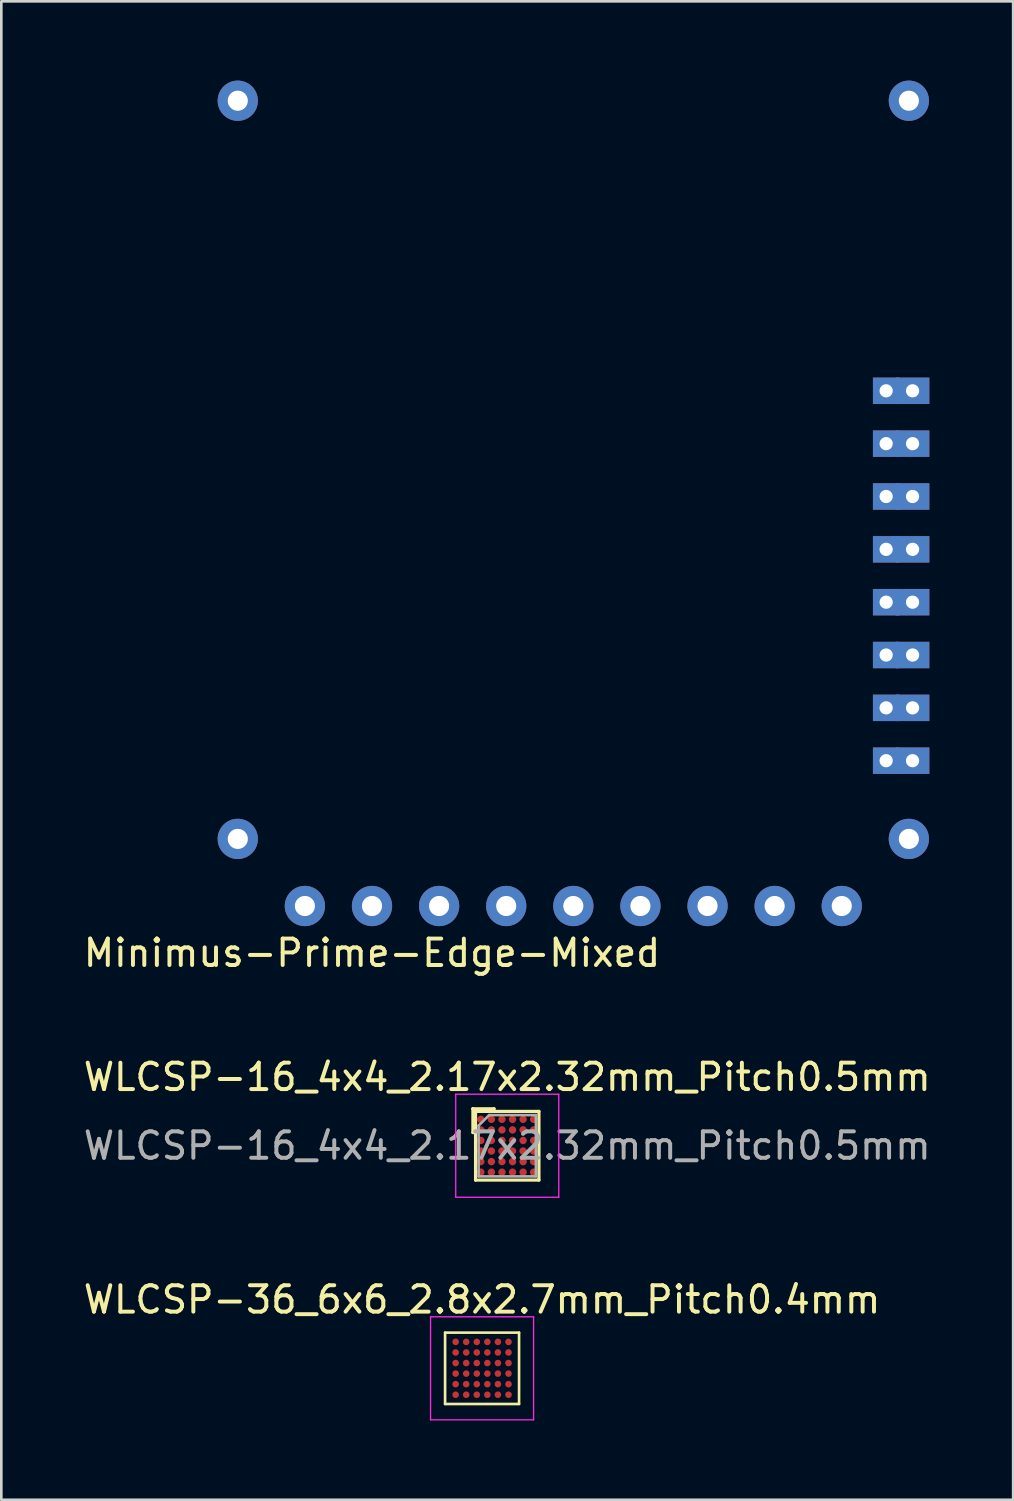
<source format=kicad_pcb>
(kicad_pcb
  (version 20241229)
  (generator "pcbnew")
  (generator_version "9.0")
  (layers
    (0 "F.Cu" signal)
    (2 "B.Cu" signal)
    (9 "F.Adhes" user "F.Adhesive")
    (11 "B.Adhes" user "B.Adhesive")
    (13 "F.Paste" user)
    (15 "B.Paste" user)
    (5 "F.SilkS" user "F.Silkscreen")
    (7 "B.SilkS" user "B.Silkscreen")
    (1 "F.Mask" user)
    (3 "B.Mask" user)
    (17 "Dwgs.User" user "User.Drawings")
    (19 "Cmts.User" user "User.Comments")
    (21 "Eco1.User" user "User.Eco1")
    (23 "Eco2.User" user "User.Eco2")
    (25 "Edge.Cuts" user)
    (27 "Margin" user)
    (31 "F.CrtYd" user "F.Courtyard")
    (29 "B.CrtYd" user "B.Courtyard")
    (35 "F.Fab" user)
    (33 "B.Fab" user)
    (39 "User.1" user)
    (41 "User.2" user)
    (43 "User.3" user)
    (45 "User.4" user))
  (footprint "Minimus-Prime-Edge-Mixed"
    (layer "F.Cu")
    (at 8.49 31.242)
    (property "Reference" "Minimus-Prime-Edge-Mixed" (at 2.54 1.778 0) (layer "F.SilkS") (effects (font (size 1 1) (thickness 0.15))))
    (attr through_hole)
    (pad "1" thru_hole circle (at -2.54 -2.54) (size 1.524 1.524) (drill 0.762) (layers "*.Cu" "*.Mask"))
    (pad "2" thru_hole circle (at 0 0) (size 1.524 1.524) (drill 0.762) (layers "*.Cu" "*.Mask"))
    (pad "3" thru_hole circle (at 2.54 0) (size 1.524 1.524) (drill 0.762) (layers "*.Cu" "*.Mask"))
    (pad "4" thru_hole circle (at 5.08 0) (size 1.524 1.524) (drill 0.762) (layers "*.Cu" "*.Mask"))
    (pad "5" thru_hole circle (at 7.62 0) (size 1.524 1.524) (drill 0.762) (layers "*.Cu" "*.Mask"))
    (pad "6" thru_hole circle (at 10.16 0) (size 1.524 1.524) (drill 0.762) (layers "*.Cu" "*.Mask"))
    (pad "7" thru_hole circle (at 12.7 0) (size 1.524 1.524) (drill 0.762) (layers "*.Cu" "*.Mask"))
    (pad "8" thru_hole circle (at 15.24 0) (size 1.524 1.524) (drill 0.762) (layers "*.Cu" "*.Mask"))
    (pad "9" thru_hole circle (at 17.78 0) (size 1.524 1.524) (drill 0.762) (layers "*.Cu" "*.Mask"))
    (pad "10" thru_hole circle (at 20.32 0) (size 1.524 1.524) (drill 0.762) (layers "*.Cu" "*.Mask"))
    (pad "11" thru_hole circle (at 22.86 -2.54) (size 1.524 1.524) (drill 0.762) (layers "*.Cu" "*.Mask"))
    (pad "12" thru_hole rect (at 22 -5.5) (size 1 1) (drill 0.5) (layers "*.Cu" "*.Mask"))
    (pad "12" thru_hole rect (at 23 -5.5) (size 1.27 1) (drill 0.5) (layers "*.Cu" "*.Mask"))
    (pad "13" thru_hole rect (at 22 -7.5) (size 1 1) (drill 0.5) (layers "*.Cu" "*.Mask"))
    (pad "13" thru_hole rect (at 23 -7.5) (size 1.27 1) (drill 0.5) (layers "*.Cu" "*.Mask"))
    (pad "14" thru_hole rect (at 22 -9.5) (size 1 1) (drill 0.5) (layers "*.Cu" "*.Mask"))
    (pad "14" thru_hole rect (at 23 -9.5) (size 1.27 1) (drill 0.5) (layers "*.Cu" "*.Mask"))
    (pad "15" thru_hole rect (at 22 -11.5) (size 1 1) (drill 0.5) (layers "*.Cu" "*.Mask"))
    (pad "15" thru_hole rect (at 23 -11.5) (size 1.27 1) (drill 0.5) (layers "*.Cu" "*.Mask"))
    (pad "16" thru_hole rect (at 22 -13.5) (size 1 1) (drill 0.5) (layers "*.Cu" "*.Mask"))
    (pad "16" thru_hole circle (at 22.86 -30.48) (size 1.524 1.524) (drill 0.762) (layers "*.Cu" "*.Mask"))
    (pad "16" thru_hole rect (at 23 -13.5) (size 1.27 1) (drill 0.5) (layers "*.Cu" "*.Mask"))
    (pad "17" thru_hole circle (at -2.54 -30.48) (size 1.524 1.524) (drill 0.762) (layers "*.Cu" "*.Mask"))
    (pad "17" thru_hole rect (at 22 -15.5) (size 1 1) (drill 0.5) (layers "*.Cu" "*.Mask"))
    (pad "17" thru_hole rect (at 23 -15.5) (size 1.27 1) (drill 0.5) (layers "*.Cu" "*.Mask"))
    (pad "18" thru_hole rect (at 22 -17.5) (size 1 1) (drill 0.5) (layers "*.Cu" "*.Mask"))
    (pad "18" thru_hole rect (at 23 -17.5) (size 1.27 1) (drill 0.5) (layers "*.Cu" "*.Mask"))
    (pad "19" thru_hole rect (at 22 -19.5) (size 1 1) (drill 0.5) (layers "*.Cu" "*.Mask"))
    (pad "19" thru_hole rect (at 23 -19.5) (size 1.27 1) (drill 0.5) (layers "*.Cu" "*.Mask")))
  (footprint "WLCSP-36_6x6_2.8x2.7mm_Pitch0.4mm"
    (layer "F.Cu")
    (at 15.196 48.74)
    (property "Reference" "WLCSP-36_6x6_2.8x2.7mm_Pitch0.4mm" (at 0 -2.6 0) (layer "F.SilkS") (effects (font (size 1 1) (thickness 0.15))))
    (attr smd)
    (fp_line (start -1.4 -1.35) (end 1.4 -1.35) (stroke (width 0.1) (type solid)) (layer "F.SilkS"))
    (fp_line (start -1.4 1.35) (end -1.4 -1.35) (stroke (width 0.1) (type solid)) (layer "F.SilkS"))
    (fp_line (start 1.4 -1.35) (end 1.4 1.35) (stroke (width 0.1) (type solid)) (layer "F.SilkS"))
    (fp_line (start 1.4 1.35) (end -1.4 1.35) (stroke (width 0.1) (type solid)) (layer "F.SilkS"))
    (fp_line (start -1.95 -1.95) (end -1.95 1.95) (stroke (width 0.05) (type solid)) (layer "F.CrtYd"))
    (fp_line (start -1.95 -1.95) (end 1.95 -1.95) (stroke (width 0.05) (type solid)) (layer "F.CrtYd"))
    (fp_line (start 1.95 1.95) (end -1.95 1.95) (stroke (width 0.05) (type solid)) (layer "F.CrtYd"))
    (fp_line (start 1.95 1.95) (end 1.95 -1.95) (stroke (width 0.05) (type solid)) (layer "F.CrtYd"))
    (pad "A1" smd circle (at -1 -1) (size 0.25 0.25) (layers "F.Cu" "F.Mask" "F.Paste"))
    (pad "A2" smd circle (at -0.6 -1) (size 0.25 0.25) (layers "F.Cu" "F.Mask" "F.Paste"))
    (pad "A3" smd circle (at -0.2 -1) (size 0.25 0.25) (layers "F.Cu" "F.Mask" "F.Paste"))
    (pad "A4" smd circle (at 0.2 -1) (size 0.25 0.25) (layers "F.Cu" "F.Mask" "F.Paste"))
    (pad "A5" smd circle (at 0.6 -1) (size 0.25 0.25) (layers "F.Cu" "F.Mask" "F.Paste"))
    (pad "A6" smd circle (at 1 -1) (size 0.25 0.25) (layers "F.Cu" "F.Mask" "F.Paste"))
    (pad "B1" smd circle (at -1 -0.6) (size 0.25 0.25) (layers "F.Cu" "F.Mask" "F.Paste"))
    (pad "B2" smd circle (at -0.6 -0.6) (size 0.25 0.25) (layers "F.Cu" "F.Mask" "F.Paste"))
    (pad "B3" smd circle (at -0.2 -0.6) (size 0.25 0.25) (layers "F.Cu" "F.Mask" "F.Paste"))
    (pad "B4" smd circle (at 0.2 -0.6) (size 0.25 0.25) (layers "F.Cu" "F.Mask" "F.Paste"))
    (pad "B5" smd circle (at 0.6 -0.6) (size 0.25 0.25) (layers "F.Cu" "F.Mask" "F.Paste"))
    (pad "B6" smd circle (at 1 -0.6) (size 0.25 0.25) (layers "F.Cu" "F.Mask" "F.Paste"))
    (pad "C1" smd circle (at -1 -0.2) (size 0.25 0.25) (layers "F.Cu" "F.Mask" "F.Paste"))
    (pad "C2" smd circle (at -0.6 -0.2) (size 0.25 0.25) (layers "F.Cu" "F.Mask" "F.Paste"))
    (pad "C3" smd circle (at -0.2 -0.2) (size 0.25 0.25) (layers "F.Cu" "F.Mask" "F.Paste"))
    (pad "C4" smd circle (at 0.2 -0.2) (size 0.25 0.25) (layers "F.Cu" "F.Mask" "F.Paste"))
    (pad "C5" smd circle (at 0.6 -0.2) (size 0.25 0.25) (layers "F.Cu" "F.Mask" "F.Paste"))
    (pad "C6" smd circle (at 1 -0.2) (size 0.25 0.25) (layers "F.Cu" "F.Mask" "F.Paste"))
    (pad "D1" smd circle (at -1 0.2) (size 0.25 0.25) (layers "F.Cu" "F.Mask" "F.Paste"))
    (pad "D2" smd circle (at -0.6 0.2) (size 0.25 0.25) (layers "F.Cu" "F.Mask" "F.Paste"))
    (pad "D3" smd circle (at -0.2 0.2) (size 0.25 0.25) (layers "F.Cu" "F.Mask" "F.Paste"))
    (pad "D4" smd circle (at 0.2 0.2) (size 0.25 0.25) (layers "F.Cu" "F.Mask" "F.Paste"))
    (pad "D5" smd circle (at 0.6 0.2) (size 0.25 0.25) (layers "F.Cu" "F.Mask" "F.Paste"))
    (pad "D6" smd circle (at 1 0.2) (size 0.25 0.25) (layers "F.Cu" "F.Mask" "F.Paste"))
    (pad "E1" smd circle (at -1 0.6) (size 0.25 0.25) (layers "F.Cu" "F.Mask" "F.Paste"))
    (pad "E2" smd circle (at -0.6 0.6) (size 0.25 0.25) (layers "F.Cu" "F.Mask" "F.Paste"))
    (pad "E3" smd circle (at -0.2 0.6) (size 0.25 0.25) (layers "F.Cu" "F.Mask" "F.Paste"))
    (pad "E4" smd circle (at 0.2 0.6) (size 0.25 0.25) (layers "F.Cu" "F.Mask" "F.Paste"))
    (pad "E5" smd circle (at 0.6 0.6) (size 0.25 0.25) (layers "F.Cu" "F.Mask" "F.Paste"))
    (pad "E6" smd circle (at 1 0.6) (size 0.25 0.25) (layers "F.Cu" "F.Mask" "F.Paste"))
    (pad "F1" smd circle (at -1 1) (size 0.25 0.25) (layers "F.Cu" "F.Mask" "F.Paste"))
    (pad "F2" smd circle (at -0.6 1) (size 0.25 0.25) (layers "F.Cu" "F.Mask" "F.Paste"))
    (pad "F3" smd circle (at -0.2 1) (size 0.25 0.25) (layers "F.Cu" "F.Mask" "F.Paste"))
    (pad "F4" smd circle (at 0.2 1) (size 0.25 0.25) (layers "F.Cu" "F.Mask" "F.Paste"))
    (pad "F5" smd circle (at 0.6 1) (size 0.25 0.25) (layers "F.Cu" "F.Mask" "F.Paste"))
    (pad "F6" smd circle (at 1 1) (size 0.25 0.25) (layers "F.Cu" "F.Mask" "F.Paste")))
  (footprint "WLCSP-16_4x4_2.17x2.32mm_Pitch0.5mm"
    (layer "F.Cu")
    (at 16.149 40.316)
    (property "Reference" "WLCSP-16_4x4_2.17x2.32mm_Pitch0.5mm" (at 0 -2.6 0) (layer "F.SilkS") (effects (font (size 1 1) (thickness 0.15))))
    (attr smd)
    (fp_line (start -1.3 -1.4) (end -1.3 -0.5) (stroke (width 0.12) (type solid)) (layer "F.SilkS"))
    (fp_line (start -1.3 -0.5) (end -1.2 -0.5) (stroke (width 0.12) (type solid)) (layer "F.SilkS"))
    (fp_line (start -1.2 -1.3) (end -1.3 -1.4) (stroke (width 0.12) (type solid)) (layer "F.SilkS"))
    (fp_line (start -1.2 -1.3) (end 1.2 -1.3) (stroke (width 0.12) (type solid)) (layer "F.SilkS"))
    (fp_line (start -1.2 1.3) (end -1.2 -1.3) (stroke (width 0.12) (type solid)) (layer "F.SilkS"))
    (fp_line (start -0.5 -1.4) (end -1.3 -1.4) (stroke (width 0.12) (type solid)) (layer "F.SilkS"))
    (fp_line (start -0.5 -1.3) (end -0.5 -1.4) (stroke (width 0.12) (type solid)) (layer "F.SilkS"))
    (fp_line (start 1.2 -1.3) (end 1.2 1.3) (stroke (width 0.12) (type solid)) (layer "F.SilkS"))
    (fp_line (start 1.2 1.3) (end -1.2 1.3) (stroke (width 0.12) (type solid)) (layer "F.SilkS"))
    (fp_line (start -1.95 -1.95) (end -1.95 1.95) (stroke (width 0.05) (type solid)) (layer "F.CrtYd"))
    (fp_line (start -1.95 -1.95) (end 1.95 -1.95) (stroke (width 0.05) (type solid)) (layer "F.CrtYd"))
    (fp_line (start 1.95 1.95) (end -1.95 1.95) (stroke (width 0.05) (type solid)) (layer "F.CrtYd"))
    (fp_line (start 1.95 1.95) (end 1.95 -1.95) (stroke (width 0.05) (type solid)) (layer "F.CrtYd"))
    (fp_line (start -1.085 -0.76) (end -0.685 -1.16) (stroke (width 0.1) (type solid)) (layer "F.Fab"))
    (fp_line (start -1.085 1.16) (end -1.085 -0.76) (stroke (width 0.1) (type solid)) (layer "F.Fab"))
    (fp_line (start -0.685 -1.16) (end 1.085 -1.16) (stroke (width 0.1) (type solid)) (layer "F.Fab"))
    (fp_line (start 1.085 -1.16) (end 1.085 1.16) (stroke (width 0.1) (type solid)) (layer "F.Fab"))
    (fp_line (start 1.085 1.16) (end -1.085 1.16) (stroke (width 0.1) (type solid)) (layer "F.Fab"))
    (fp_text user "${REFERENCE}" (at 0 0 0) (layer "F.Fab") (effects (font (size 1 1) (thickness 0.15))))
    (pad "A1" smd circle (at -1 -1) (size 0.28 0.28) (layers "F.Cu" "F.Mask" "F.Paste"))
    (pad "A2" smd circle (at -0.6 -1) (size 0.28 0.28) (layers "F.Cu" "F.Mask" "F.Paste"))
    (pad "A3" smd circle (at -0.2 -1) (size 0.28 0.28) (layers "F.Cu" "F.Mask" "F.Paste"))
    (pad "A4" smd circle (at 0.2 -1) (size 0.28 0.28) (layers "F.Cu" "F.Mask" "F.Paste"))
    (pad "A5" smd circle (at 0.6 -1) (size 0.28 0.28) (layers "F.Cu" "F.Mask" "F.Paste"))
    (pad "A6" smd circle (at 1 -1) (size 0.28 0.28) (layers "F.Cu" "F.Mask" "F.Paste"))
    (pad "B1" smd circle (at -1 -0.6) (size 0.28 0.28) (layers "F.Cu" "F.Mask" "F.Paste"))
    (pad "B2" smd circle (at -0.6 -0.6) (size 0.28 0.28) (layers "F.Cu" "F.Mask" "F.Paste"))
    (pad "B3" smd circle (at -0.2 -0.6) (size 0.28 0.28) (layers "F.Cu" "F.Mask" "F.Paste"))
    (pad "B4" smd circle (at 0.2 -0.6) (size 0.28 0.28) (layers "F.Cu" "F.Mask" "F.Paste"))
    (pad "B5" smd circle (at 0.6 -0.6) (size 0.28 0.28) (layers "F.Cu" "F.Mask" "F.Paste"))
    (pad "B6" smd circle (at 1 -0.6) (size 0.28 0.28) (layers "F.Cu" "F.Mask" "F.Paste"))
    (pad "C1" smd circle (at -1 -0.2) (size 0.28 0.28) (layers "F.Cu" "F.Mask" "F.Paste"))
    (pad "C2" smd circle (at -0.6 -0.2) (size 0.28 0.28) (layers "F.Cu" "F.Mask" "F.Paste"))
    (pad "C3" smd circle (at -0.2 -0.2) (size 0.28 0.28) (layers "F.Cu" "F.Mask" "F.Paste"))
    (pad "C4" smd circle (at 0.2 -0.2) (size 0.28 0.28) (layers "F.Cu" "F.Mask" "F.Paste"))
    (pad "C5" smd circle (at 0.6 -0.2) (size 0.28 0.28) (layers "F.Cu" "F.Mask" "F.Paste"))
    (pad "C6" smd circle (at 1 -0.2) (size 0.28 0.28) (layers "F.Cu" "F.Mask" "F.Paste"))
    (pad "D1" smd circle (at -1 0.2) (size 0.28 0.28) (layers "F.Cu" "F.Mask" "F.Paste"))
    (pad "D2" smd circle (at -0.6 0.2) (size 0.28 0.28) (layers "F.Cu" "F.Mask" "F.Paste"))
    (pad "D3" smd circle (at -0.2 0.2) (size 0.28 0.28) (layers "F.Cu" "F.Mask" "F.Paste"))
    (pad "D4" smd circle (at 0.2 0.2) (size 0.28 0.28) (layers "F.Cu" "F.Mask" "F.Paste"))
    (pad "D5" smd circle (at 0.6 0.2) (size 0.28 0.28) (layers "F.Cu" "F.Mask" "F.Paste"))
    (pad "D6" smd circle (at 1 0.2) (size 0.28 0.28) (layers "F.Cu" "F.Mask" "F.Paste"))
    (pad "E1" smd circle (at -1 0.6) (size 0.28 0.28) (layers "F.Cu" "F.Mask" "F.Paste"))
    (pad "E2" smd circle (at -0.6 0.6) (size 0.28 0.28) (layers "F.Cu" "F.Mask" "F.Paste"))
    (pad "E3" smd circle (at -0.2 0.6) (size 0.28 0.28) (layers "F.Cu" "F.Mask" "F.Paste"))
    (pad "E4" smd circle (at 0.2 0.6) (size 0.28 0.28) (layers "F.Cu" "F.Mask" "F.Paste"))
    (pad "E5" smd circle (at 0.6 0.6) (size 0.28 0.28) (layers "F.Cu" "F.Mask" "F.Paste"))
    (pad "E6" smd circle (at 1 0.6) (size 0.28 0.28) (layers "F.Cu" "F.Mask" "F.Paste"))
    (pad "F1" smd circle (at -1 1) (size 0.28 0.28) (layers "F.Cu" "F.Mask" "F.Paste"))
    (pad "F2" smd circle (at -0.6 1) (size 0.28 0.28) (layers "F.Cu" "F.Mask" "F.Paste"))
    (pad "F3" smd circle (at -0.2 1) (size 0.28 0.28) (layers "F.Cu" "F.Mask" "F.Paste"))
    (pad "F4" smd circle (at 0.2 1) (size 0.28 0.28) (layers "F.Cu" "F.Mask" "F.Paste"))
    (pad "F5" smd circle (at 0.6 1) (size 0.28 0.28) (layers "F.Cu" "F.Mask" "F.Paste"))
    (pad "F6" smd circle (at 1 1) (size 0.28 0.28) (layers "F.Cu" "F.Mask" "F.Paste")))
  (gr_rect
    (start -3 -3)
    (end 35.298 53.715)
    (stroke (width 0.1) (type default))
    (fill no)
    (layer "Edge.Cuts")))
</source>
